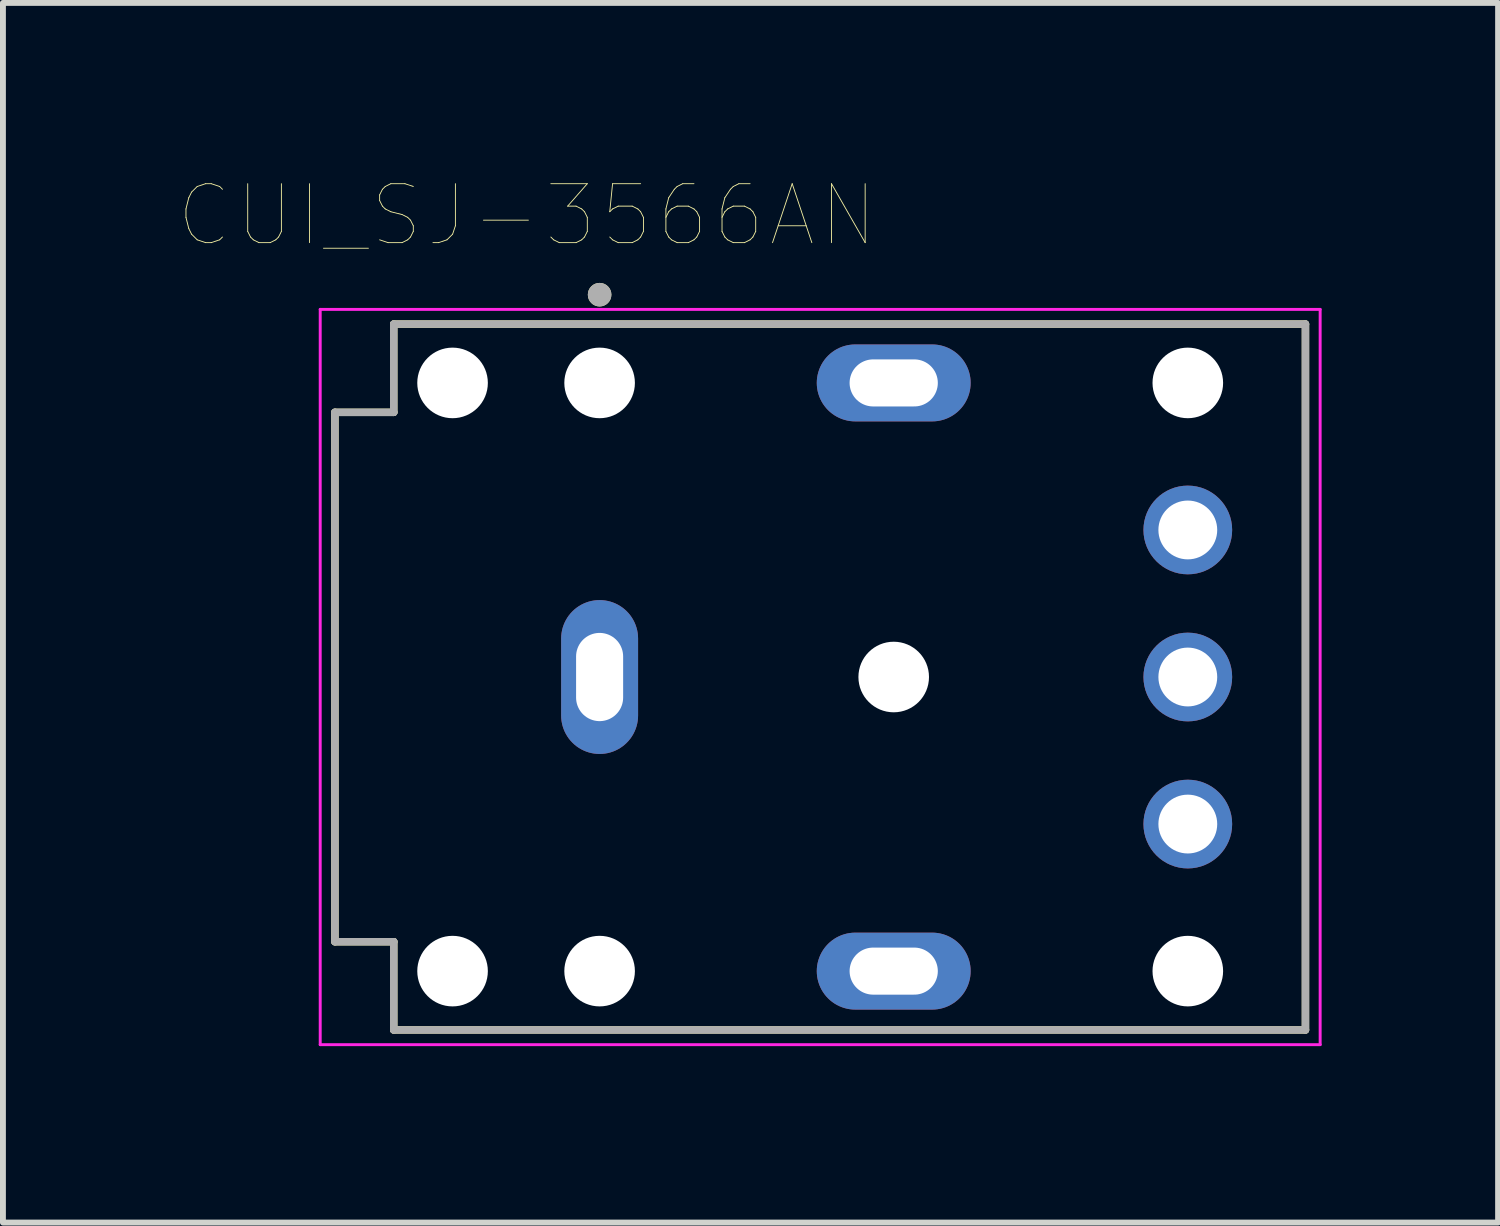
<source format=kicad_pcb>
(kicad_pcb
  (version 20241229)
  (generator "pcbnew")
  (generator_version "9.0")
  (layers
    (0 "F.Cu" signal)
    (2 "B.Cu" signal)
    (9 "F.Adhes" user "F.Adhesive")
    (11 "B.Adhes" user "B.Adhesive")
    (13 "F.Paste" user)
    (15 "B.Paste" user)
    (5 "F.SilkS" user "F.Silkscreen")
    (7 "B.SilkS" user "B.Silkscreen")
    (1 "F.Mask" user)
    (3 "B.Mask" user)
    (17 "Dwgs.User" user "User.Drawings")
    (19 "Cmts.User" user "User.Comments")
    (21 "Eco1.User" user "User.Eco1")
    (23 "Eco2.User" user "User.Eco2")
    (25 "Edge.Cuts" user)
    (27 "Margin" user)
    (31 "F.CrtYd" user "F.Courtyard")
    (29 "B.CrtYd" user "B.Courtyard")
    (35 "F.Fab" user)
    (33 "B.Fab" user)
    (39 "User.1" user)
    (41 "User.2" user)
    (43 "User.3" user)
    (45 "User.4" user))
  (footprint "CUI_SJ-3566AN"
    (layer "F.Cu")
    (at 12.144 8.46)
    (property "Reference" "CUI_SJ-3566AN" (at -6.235 -7.848 0) (layer "F.SilkS") (effects (font (size 1.002 1.002) (thickness 0.015))))
    (attr through_hole)
    (fp_line (start -9.5 -4.5) (end -9.5 4.5) (stroke (width 0.127) (type solid)) (layer "F.SilkS"))
    (fp_line (start -9.5 4.5) (end -8.5 4.5) (stroke (width 0.127) (type solid)) (layer "F.SilkS"))
    (fp_line (start -8.5 -6) (end -8.5 -4.5) (stroke (width 0.127) (type solid)) (layer "F.SilkS"))
    (fp_line (start -8.5 -4.5) (end -9.5 -4.5) (stroke (width 0.127) (type solid)) (layer "F.SilkS"))
    (fp_line (start -8.5 4.5) (end -8.5 6) (stroke (width 0.127) (type solid)) (layer "F.SilkS"))
    (fp_line (start -8.5 6) (end 7 6) (stroke (width 0.127) (type solid)) (layer "F.SilkS"))
    (fp_line (start 7 -6) (end -8.5 -6) (stroke (width 0.127) (type solid)) (layer "F.SilkS"))
    (fp_line (start 7 -6) (end 7 6) (stroke (width 0.127) (type solid)) (layer "F.SilkS"))
    (fp_circle (center -5 -6.5) (end -4.9 -6.5) (stroke (width 0.2) (type solid)) (fill no) (layer "F.SilkS"))
    (fp_line (start -9.75 -6.25) (end 7.25 -6.25) (stroke (width 0.05) (type solid)) (layer "F.CrtYd"))
    (fp_line (start -9.75 6.25) (end -9.75 -6.25) (stroke (width 0.05) (type solid)) (layer "F.CrtYd"))
    (fp_line (start 7.25 -6.25) (end 7.25 6.25) (stroke (width 0.05) (type solid)) (layer "F.CrtYd"))
    (fp_line (start 7.25 6.25) (end -9.75 6.25) (stroke (width 0.05) (type solid)) (layer "F.CrtYd"))
    (fp_line (start -9.5 -4.5) (end -8.5 -4.5) (stroke (width 0.127) (type solid)) (layer "F.Fab"))
    (fp_line (start -9.5 4.5) (end -9.5 -4.5) (stroke (width 0.127) (type solid)) (layer "F.Fab"))
    (fp_line (start -8.5 -6) (end 7 -6) (stroke (width 0.127) (type solid)) (layer "F.Fab"))
    (fp_line (start -8.5 -4.5) (end -8.5 -6) (stroke (width 0.127) (type solid)) (layer "F.Fab"))
    (fp_line (start -8.5 4.5) (end -9.5 4.5) (stroke (width 0.127) (type solid)) (layer "F.Fab"))
    (fp_line (start -8.5 6) (end -8.5 4.5) (stroke (width 0.127) (type solid)) (layer "F.Fab"))
    (fp_line (start 7 -6) (end 7 6) (stroke (width 0.127) (type solid)) (layer "F.Fab"))
    (fp_line (start 7 6) (end -8.5 6) (stroke (width 0.127) (type solid)) (layer "F.Fab"))
    (fp_circle (center -5 -6.5) (end -4.9 -6.5) (stroke (width 0.2) (type solid)) (fill no) (layer "F.Fab"))
    (pad "" np_thru_hole circle (at -7.5 -5) (size 1.2 1.2) (drill 1.2) (layers "*.Cu" "*.Mask"))
    (pad "" np_thru_hole circle (at -7.5 5) (size 1.2 1.2) (drill 1.2) (layers "*.Cu" "*.Mask"))
    (pad "" np_thru_hole circle (at -5 -5) (size 1.2 1.2) (drill 1.2) (layers "*.Cu" "*.Mask"))
    (pad "" np_thru_hole circle (at -5 5) (size 1.2 1.2) (drill 1.2) (layers "*.Cu" "*.Mask"))
    (pad "" np_thru_hole circle (at 0 0) (size 1.2 1.2) (drill 1.2) (layers "*.Cu" "*.Mask"))
    (pad "" np_thru_hole circle (at 5 -5) (size 1.2 1.2) (drill 1.2) (layers "*.Cu" "*.Mask"))
    (pad "" np_thru_hole circle (at 5 5) (size 1.2 1.2) (drill 1.2) (layers "*.Cu" "*.Mask"))
    (pad "1" thru_hole oval (at -5 0) (size 1.308 2.616) (drill oval 0.8 1.5) (layers "*.Cu" "*.Mask"))
    (pad "2" thru_hole oval (at 0 5) (size 2.616 1.308) (drill oval 1.5 0.8) (layers "*.Cu" "*.Mask"))
    (pad "3" thru_hole oval (at 0 -5) (size 2.616 1.308) (drill oval 1.5 0.8) (layers "*.Cu" "*.Mask"))
    (pad "4" thru_hole circle (at 5 -2.5) (size 1.508 1.508) (drill 1) (layers "*.Cu" "*.Mask"))
    (pad "5" thru_hole circle (at 5 0) (size 1.508 1.508) (drill 1) (layers "*.Cu" "*.Mask"))
    (pad "6" thru_hole circle (at 5 2.5) (size 1.508 1.508) (drill 1) (layers "*.Cu" "*.Mask")))
  (gr_rect
    (start -3 -3)
    (end 22.419 17.735)
    (stroke (width 0.1) (type default))
    (fill no)
    (layer "Edge.Cuts")))
</source>
